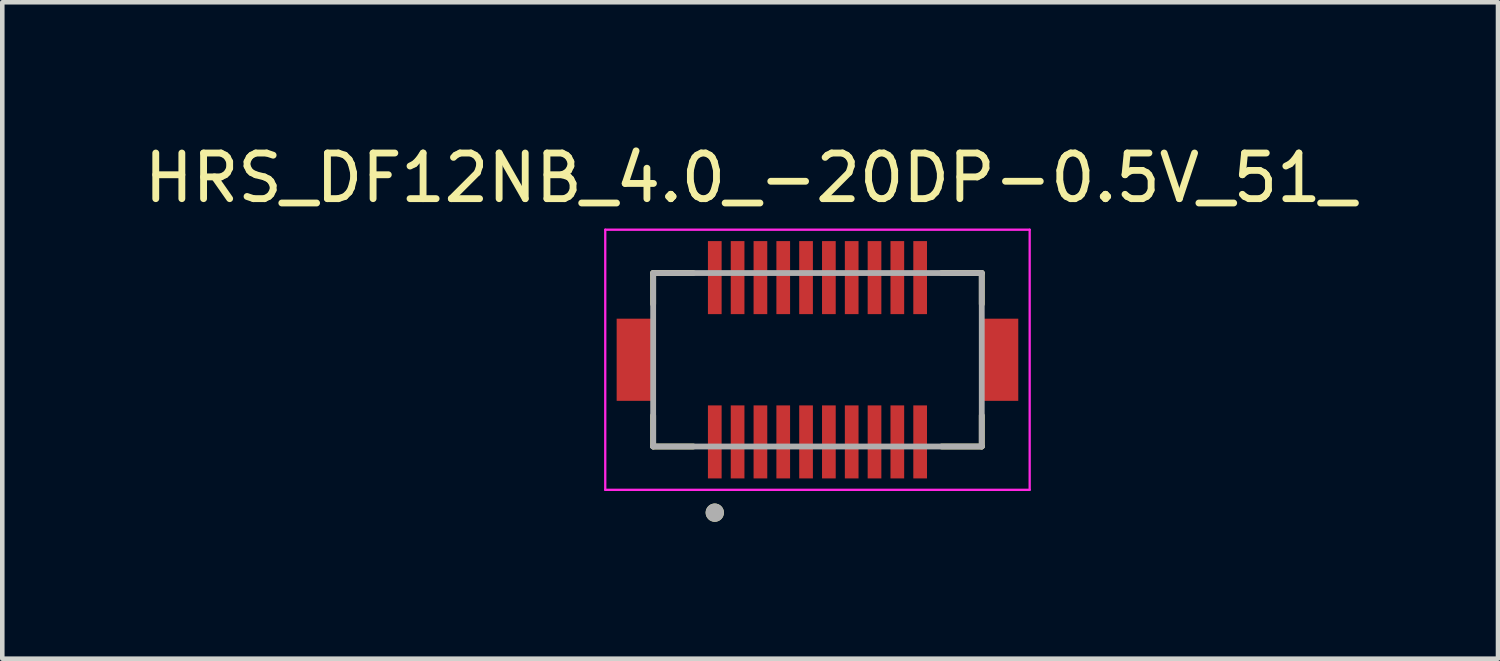
<source format=kicad_pcb>
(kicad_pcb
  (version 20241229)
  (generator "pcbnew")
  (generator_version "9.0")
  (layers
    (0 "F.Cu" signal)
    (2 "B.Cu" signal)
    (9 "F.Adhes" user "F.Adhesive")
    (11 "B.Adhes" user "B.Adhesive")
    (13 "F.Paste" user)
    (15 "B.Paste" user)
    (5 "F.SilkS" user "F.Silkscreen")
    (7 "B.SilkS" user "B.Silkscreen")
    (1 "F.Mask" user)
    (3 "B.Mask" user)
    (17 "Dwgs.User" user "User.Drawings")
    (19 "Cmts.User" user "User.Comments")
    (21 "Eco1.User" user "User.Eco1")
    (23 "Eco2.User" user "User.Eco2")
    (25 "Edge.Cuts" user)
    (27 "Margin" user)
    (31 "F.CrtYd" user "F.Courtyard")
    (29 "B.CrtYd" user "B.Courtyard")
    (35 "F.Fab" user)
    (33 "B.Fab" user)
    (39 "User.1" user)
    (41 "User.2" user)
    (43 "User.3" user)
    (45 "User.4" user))
  (footprint "HRS_DF12NB_4.0_-20DP-0.5V_51_"
    (layer "F.Cu")
    (at 14.862 4.833)
    (property "Reference" "HRS_DF12NB_4.0_-20DP-0.5V_51_" (at -1.475 -3.985 0) (layer "F.SilkS") (effects (font (size 1 1) (thickness 0.15))))
    (attr smd)
    (fp_poly (pts (xy -2.45 -2.65) (xy -2.05 -2.65) (xy -2.05 -0.95) (xy -2.45 -0.95)) (stroke (width 0.01) (type solid)) (fill yes) (layer "F.Mask"))
    (fp_poly (pts (xy -2.45 0.95) (xy -2.05 0.95) (xy -2.05 2.65) (xy -2.45 2.65)) (stroke (width 0.01) (type solid)) (fill yes) (layer "F.Mask"))
    (fp_poly (pts (xy -1.95 -2.65) (xy -1.55 -2.65) (xy -1.55 -0.95) (xy -1.95 -0.95)) (stroke (width 0.01) (type solid)) (fill yes) (layer "F.Mask"))
    (fp_poly (pts (xy -1.95 0.95) (xy -1.55 0.95) (xy -1.55 2.65) (xy -1.95 2.65)) (stroke (width 0.01) (type solid)) (fill yes) (layer "F.Mask"))
    (fp_poly (pts (xy -1.45 -2.65) (xy -1.05 -2.65) (xy -1.05 -0.95) (xy -1.45 -0.95)) (stroke (width 0.01) (type solid)) (fill yes) (layer "F.Mask"))
    (fp_poly (pts (xy -1.45 0.95) (xy -1.05 0.95) (xy -1.05 2.65) (xy -1.45 2.65)) (stroke (width 0.01) (type solid)) (fill yes) (layer "F.Mask"))
    (fp_poly (pts (xy -0.95 -2.65) (xy -0.55 -2.65) (xy -0.55 -0.95) (xy -0.95 -0.95)) (stroke (width 0.01) (type solid)) (fill yes) (layer "F.Mask"))
    (fp_poly (pts (xy -0.95 0.95) (xy -0.55 0.95) (xy -0.55 2.65) (xy -0.95 2.65)) (stroke (width 0.01) (type solid)) (fill yes) (layer "F.Mask"))
    (fp_poly (pts (xy -0.45 -2.65) (xy -0.05 -2.65) (xy -0.05 -0.95) (xy -0.45 -0.95)) (stroke (width 0.01) (type solid)) (fill yes) (layer "F.Mask"))
    (fp_poly (pts (xy -0.45 0.95) (xy -0.05 0.95) (xy -0.05 2.65) (xy -0.45 2.65)) (stroke (width 0.01) (type solid)) (fill yes) (layer "F.Mask"))
    (fp_poly (pts (xy 0.05 -2.65) (xy 0.45 -2.65) (xy 0.45 -0.95) (xy 0.05 -0.95)) (stroke (width 0.01) (type solid)) (fill yes) (layer "F.Mask"))
    (fp_poly (pts (xy 0.05 0.95) (xy 0.45 0.95) (xy 0.45 2.65) (xy 0.05 2.65)) (stroke (width 0.01) (type solid)) (fill yes) (layer "F.Mask"))
    (fp_poly (pts (xy 0.55 -2.65) (xy 0.95 -2.65) (xy 0.95 -0.95) (xy 0.55 -0.95)) (stroke (width 0.01) (type solid)) (fill yes) (layer "F.Mask"))
    (fp_poly (pts (xy 0.55 0.95) (xy 0.95 0.95) (xy 0.95 2.65) (xy 0.55 2.65)) (stroke (width 0.01) (type solid)) (fill yes) (layer "F.Mask"))
    (fp_poly (pts (xy 1.05 -2.65) (xy 1.45 -2.65) (xy 1.45 -0.95) (xy 1.05 -0.95)) (stroke (width 0.01) (type solid)) (fill yes) (layer "F.Mask"))
    (fp_poly (pts (xy 1.05 0.95) (xy 1.45 0.95) (xy 1.45 2.65) (xy 1.05 2.65)) (stroke (width 0.01) (type solid)) (fill yes) (layer "F.Mask"))
    (fp_poly (pts (xy 1.55 -2.65) (xy 1.95 -2.65) (xy 1.95 -0.95) (xy 1.55 -0.95)) (stroke (width 0.01) (type solid)) (fill yes) (layer "F.Mask"))
    (fp_poly (pts (xy 1.55 0.95) (xy 1.95 0.95) (xy 1.95 2.65) (xy 1.55 2.65)) (stroke (width 0.01) (type solid)) (fill yes) (layer "F.Mask"))
    (fp_poly (pts (xy 2.05 -2.65) (xy 2.45 -2.65) (xy 2.45 -0.95) (xy 2.05 -0.95)) (stroke (width 0.01) (type solid)) (fill yes) (layer "F.Mask"))
    (fp_poly (pts (xy 2.05 0.95) (xy 2.45 0.95) (xy 2.45 2.65) (xy 2.05 2.65)) (stroke (width 0.01) (type solid)) (fill yes) (layer "F.Mask"))
    (fp_line (start -3.6 -1.9) (end -2.72 -1.9) (stroke (width 0.127) (type solid)) (layer "F.SilkS"))
    (fp_line (start -3.6 -1.22) (end -3.6 -1.9) (stroke (width 0.127) (type solid)) (layer "F.SilkS"))
    (fp_line (start -3.6 1.9) (end -3.6 1.22) (stroke (width 0.127) (type solid)) (layer "F.SilkS"))
    (fp_line (start -2.72 1.9) (end -3.6 1.9) (stroke (width 0.127) (type solid)) (layer "F.SilkS"))
    (fp_line (start 2.72 -1.9) (end 3.6 -1.9) (stroke (width 0.127) (type solid)) (layer "F.SilkS"))
    (fp_line (start 3.6 -1.9) (end 3.6 -1.22) (stroke (width 0.127) (type solid)) (layer "F.SilkS"))
    (fp_line (start 3.6 1.9) (end 2.72 1.9) (stroke (width 0.127) (type solid)) (layer "F.SilkS"))
    (fp_line (start 3.6 1.9) (end 3.6 1.22) (stroke (width 0.127) (type solid)) (layer "F.SilkS"))
    (fp_circle (center -2.25 3.35) (end -2.15 3.35) (stroke (width 0.2) (type solid)) (fill no) (layer "F.SilkS"))
    (fp_poly (pts (xy -2.39 -2.6) (xy -2.11 -2.6) (xy -2.11 -1.4) (xy -2.39 -1.4)) (stroke (width 0.01) (type solid)) (fill yes) (layer "F.Paste"))
    (fp_poly (pts (xy -2.39 1.4) (xy -2.11 1.4) (xy -2.11 2.6) (xy -2.39 2.6)) (stroke (width 0.01) (type solid)) (fill yes) (layer "F.Paste"))
    (fp_poly (pts (xy -1.89 -2.6) (xy -1.61 -2.6) (xy -1.61 -1.4) (xy -1.89 -1.4)) (stroke (width 0.01) (type solid)) (fill yes) (layer "F.Paste"))
    (fp_poly (pts (xy -1.89 1.4) (xy -1.61 1.4) (xy -1.61 2.6) (xy -1.89 2.6)) (stroke (width 0.01) (type solid)) (fill yes) (layer "F.Paste"))
    (fp_poly (pts (xy -1.39 -2.6) (xy -1.11 -2.6) (xy -1.11 -1.4) (xy -1.39 -1.4)) (stroke (width 0.01) (type solid)) (fill yes) (layer "F.Paste"))
    (fp_poly (pts (xy -1.39 1.4) (xy -1.11 1.4) (xy -1.11 2.6) (xy -1.39 2.6)) (stroke (width 0.01) (type solid)) (fill yes) (layer "F.Paste"))
    (fp_poly (pts (xy -0.89 -2.6) (xy -0.61 -2.6) (xy -0.61 -1.4) (xy -0.89 -1.4)) (stroke (width 0.01) (type solid)) (fill yes) (layer "F.Paste"))
    (fp_poly (pts (xy -0.89 1.4) (xy -0.61 1.4) (xy -0.61 2.6) (xy -0.89 2.6)) (stroke (width 0.01) (type solid)) (fill yes) (layer "F.Paste"))
    (fp_poly (pts (xy -0.39 -2.6) (xy -0.11 -2.6) (xy -0.11 -1.4) (xy -0.39 -1.4)) (stroke (width 0.01) (type solid)) (fill yes) (layer "F.Paste"))
    (fp_poly (pts (xy -0.39 1.4) (xy -0.11 1.4) (xy -0.11 2.6) (xy -0.39 2.6)) (stroke (width 0.01) (type solid)) (fill yes) (layer "F.Paste"))
    (fp_poly (pts (xy 0.11 -2.6) (xy 0.39 -2.6) (xy 0.39 -1.4) (xy 0.11 -1.4)) (stroke (width 0.01) (type solid)) (fill yes) (layer "F.Paste"))
    (fp_poly (pts (xy 0.11 1.4) (xy 0.39 1.4) (xy 0.39 2.6) (xy 0.11 2.6)) (stroke (width 0.01) (type solid)) (fill yes) (layer "F.Paste"))
    (fp_poly (pts (xy 0.61 -2.6) (xy 0.89 -2.6) (xy 0.89 -1.4) (xy 0.61 -1.4)) (stroke (width 0.01) (type solid)) (fill yes) (layer "F.Paste"))
    (fp_poly (pts (xy 0.61 1.4) (xy 0.89 1.4) (xy 0.89 2.6) (xy 0.61 2.6)) (stroke (width 0.01) (type solid)) (fill yes) (layer "F.Paste"))
    (fp_poly (pts (xy 1.11 -2.6) (xy 1.39 -2.6) (xy 1.39 -1.4) (xy 1.11 -1.4)) (stroke (width 0.01) (type solid)) (fill yes) (layer "F.Paste"))
    (fp_poly (pts (xy 1.11 1.4) (xy 1.39 1.4) (xy 1.39 2.6) (xy 1.11 2.6)) (stroke (width 0.01) (type solid)) (fill yes) (layer "F.Paste"))
    (fp_poly (pts (xy 1.61 -2.6) (xy 1.89 -2.6) (xy 1.89 -1.4) (xy 1.61 -1.4)) (stroke (width 0.01) (type solid)) (fill yes) (layer "F.Paste"))
    (fp_poly (pts (xy 1.61 1.4) (xy 1.89 1.4) (xy 1.89 2.6) (xy 1.61 2.6)) (stroke (width 0.01) (type solid)) (fill yes) (layer "F.Paste"))
    (fp_poly (pts (xy 2.11 -2.6) (xy 2.39 -2.6) (xy 2.39 -1.4) (xy 2.11 -1.4)) (stroke (width 0.01) (type solid)) (fill yes) (layer "F.Paste"))
    (fp_poly (pts (xy 2.11 1.4) (xy 2.39 1.4) (xy 2.39 2.6) (xy 2.11 2.6)) (stroke (width 0.01) (type solid)) (fill yes) (layer "F.Paste"))
    (fp_line (start -4.65 -2.85) (end -4.65 2.85) (stroke (width 0.05) (type solid)) (layer "F.CrtYd"))
    (fp_line (start -4.65 2.85) (end 4.65 2.85) (stroke (width 0.05) (type solid)) (layer "F.CrtYd"))
    (fp_line (start 4.65 -2.85) (end -4.65 -2.85) (stroke (width 0.05) (type solid)) (layer "F.CrtYd"))
    (fp_line (start 4.65 2.85) (end 4.65 -2.85) (stroke (width 0.05) (type solid)) (layer "F.CrtYd"))
    (fp_line (start -3.6 -1.9) (end 3.6 -1.9) (stroke (width 0.127) (type solid)) (layer "F.Fab"))
    (fp_line (start -3.6 1.9) (end -3.6 -1.9) (stroke (width 0.127) (type solid)) (layer "F.Fab"))
    (fp_line (start 3.6 -1.9) (end 3.6 1.9) (stroke (width 0.127) (type solid)) (layer "F.Fab"))
    (fp_line (start 3.6 1.9) (end -3.6 1.9) (stroke (width 0.127) (type solid)) (layer "F.Fab"))
    (fp_circle (center -2.25 3.35) (end -2.15 3.35) (stroke (width 0.2) (type solid)) (fill no) (layer "F.Fab"))
    (pad "1" smd rect (at -2.25 1.8) (size 0.3 1.6) (layers "F.Cu"))
    (pad "2" smd rect (at -2.25 -1.8) (size 0.3 1.6) (layers "F.Cu"))
    (pad "3" smd rect (at -1.75 1.8) (size 0.3 1.6) (layers "F.Cu"))
    (pad "4" smd rect (at -1.75 -1.8) (size 0.3 1.6) (layers "F.Cu"))
    (pad "5" smd rect (at -1.25 1.8) (size 0.3 1.6) (layers "F.Cu"))
    (pad "6" smd rect (at -1.25 -1.8) (size 0.3 1.6) (layers "F.Cu"))
    (pad "7" smd rect (at -0.75 1.8) (size 0.3 1.6) (layers "F.Cu"))
    (pad "8" smd rect (at -0.75 -1.8) (size 0.3 1.6) (layers "F.Cu"))
    (pad "9" smd rect (at -0.25 1.8) (size 0.3 1.6) (layers "F.Cu"))
    (pad "10" smd rect (at -0.25 -1.8) (size 0.3 1.6) (layers "F.Cu"))
    (pad "11" smd rect (at 0.25 1.8) (size 0.3 1.6) (layers "F.Cu"))
    (pad "12" smd rect (at 0.25 -1.8) (size 0.3 1.6) (layers "F.Cu"))
    (pad "13" smd rect (at 0.75 1.8) (size 0.3 1.6) (layers "F.Cu"))
    (pad "14" smd rect (at 0.75 -1.8) (size 0.3 1.6) (layers "F.Cu"))
    (pad "15" smd rect (at 1.25 1.8) (size 0.3 1.6) (layers "F.Cu"))
    (pad "16" smd rect (at 1.25 -1.8) (size 0.3 1.6) (layers "F.Cu"))
    (pad "17" smd rect (at 1.75 1.8) (size 0.3 1.6) (layers "F.Cu"))
    (pad "18" smd rect (at 1.75 -1.8) (size 0.3 1.6) (layers "F.Cu"))
    (pad "19" smd rect (at 2.25 1.8) (size 0.3 1.6) (layers "F.Cu"))
    (pad "20" smd rect (at 2.25 -1.8) (size 0.3 1.6) (layers "F.Cu"))
    (pad "S1" smd rect (at -4 0) (size 0.8 1.8) (layers "F.Cu" "F.Mask" "F.Paste"))
    (pad "S2" smd rect (at 4 0) (size 0.8 1.8) (layers "F.Cu" "F.Mask" "F.Paste"))
    (zone (net_name "") (layer "F.Cu") (hatch full 0.508) (connect_pads) (min_thickness 0.01) (filled_areas_thickness no) (keepout (tracks not_allowed) (vias not_allowed) (pads not_allowed) (copperpour not_allowed) (footprints allowed)) (placement (enabled no)) (fill) (polygon (pts (xy 11.262 3.833) (xy 18.462 3.833) (xy 18.462 5.833) (xy 11.262 5.833))))
    (zone (net_name "") (layers "F.Cu" "B.Cu") (hatch full 0.508) (connect_pads) (min_thickness 0.01) (filled_areas_thickness no) (keepout (tracks allowed) (vias not_allowed) (pads allowed) (copperpour allowed) (footprints allowed)) (placement (enabled no)) (fill) (polygon (pts (xy 11.262 3.833) (xy 18.462 3.833) (xy 18.462 5.833) (xy 11.262 5.833)))))
  (gr_rect
    (start -3 -3)
    (end 29.774 11.383)
    (stroke (width 0.1) (type default))
    (fill no)
    (layer "Edge.Cuts")))
</source>
